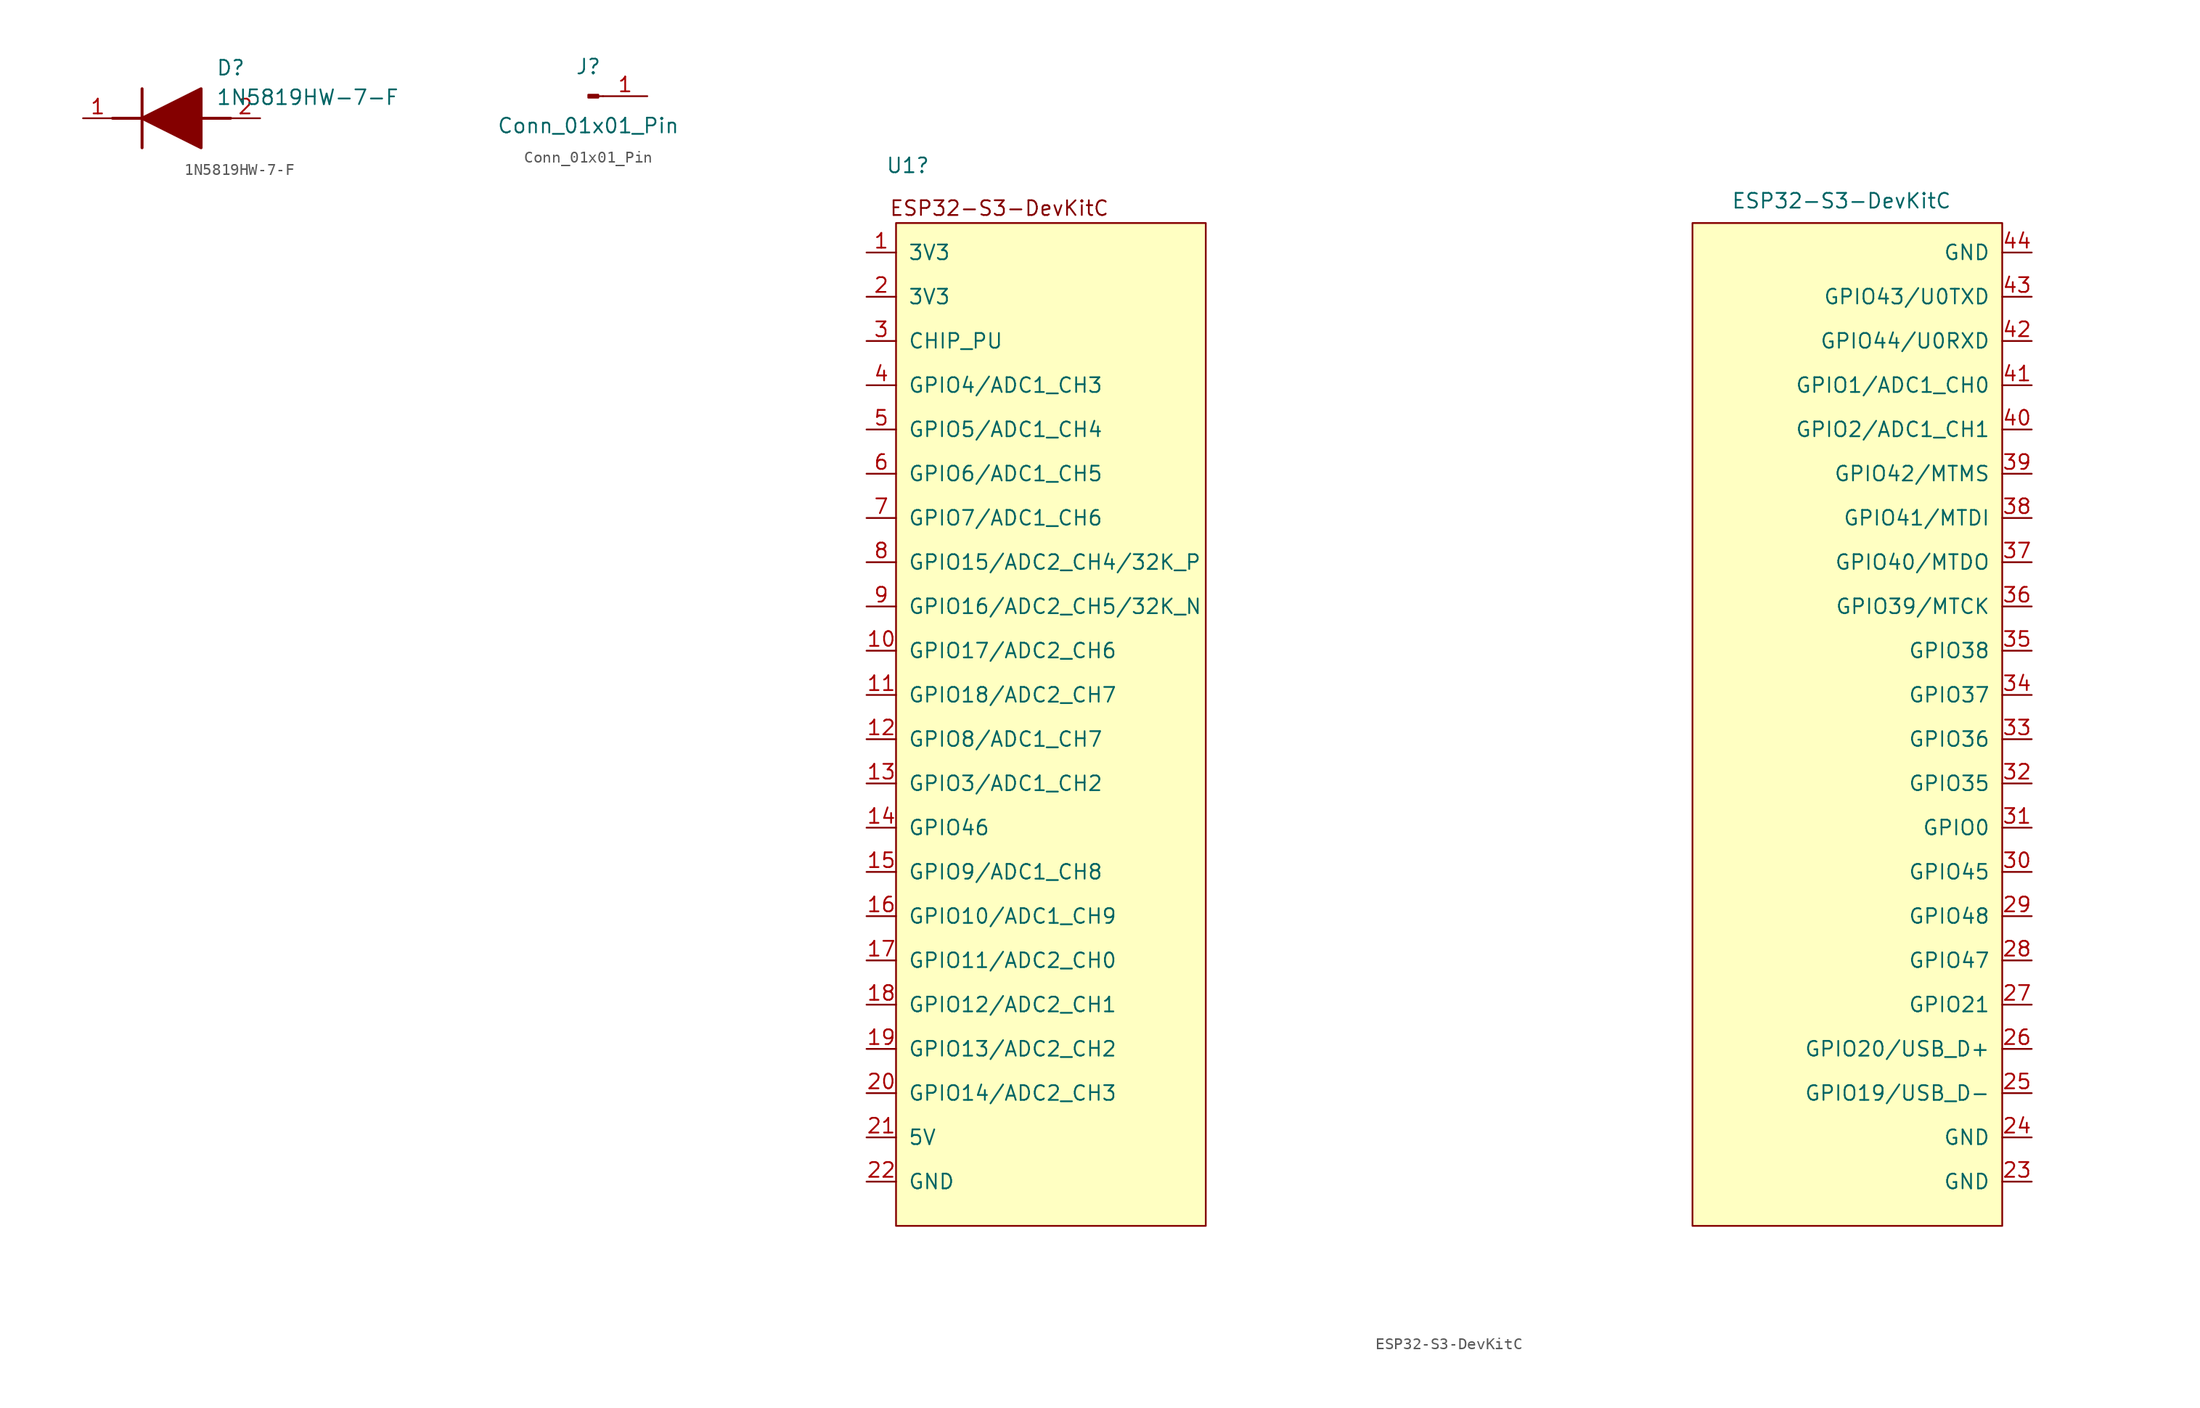
<source format=kicad_sym>
(kicad_symbol_lib
  (version 20231120)
  (generator "kicad_symbol_editor")
  (generator_version "8.0")
  (symbol "1N5819HW-7-F"
    (pin_names hide)
    (property "Reference" "D"
      (at 11.43 5.08 0)
      (effects (font (size 1.27 1.27)) (justify left top)))
    (property "Value" "1N5819HW-7-F"
      (at 11.43 2.54 0)
      (effects (font (size 1.27 1.27)) (justify left top)))
    (symbol "1N5819HW-7-F_1_1"
      (polyline (pts (xy 2.54 0) (xy 5.08 0)) (stroke (width 0.254) (type default)) (fill (type none)))
      (polyline (pts (xy 5.08 2.54) (xy 5.08 -2.54)) (stroke (width 0.254) (type default)) (fill (type none)))
      (polyline (pts (xy 10.16 0) (xy 12.7 0)) (stroke (width 0.254) (type default)) (fill (type none)))
      (polyline (pts (xy 5.08 0) (xy 10.16 2.54) (xy 10.16 -2.54) (xy 5.08 0)) (stroke (width 0.254) (type default)) (fill (type outline)))
      (pin passive line (at 0 0 0) (length 2.54) (name "K" (effects (font (size 1.27 1.27)))) (number "1" (effects (font (size 1.27 1.27)))))
      (pin passive line (at 15.24 0 180) (length 2.54) (name "A" (effects (font (size 1.27 1.27)))) (number "2" (effects (font (size 1.27 1.27)))))))
  (symbol "Conn_01x01_Pin"
    (pin_names
      (offset 1.016) hide)
    (property "Reference" "J"
      (at 0 2.54 0)
      (effects (font (size 1.27 1.27))))
    (property "Value" "Conn_01x01_Pin"
      (at 0 -2.54 0)
      (effects (font (size 1.27 1.27))))
    (symbol "Conn_01x01_Pin_1_1"
      (polyline (pts (xy 1.27 0) (xy 0.864 0)) (stroke (width 0.152) (type default)) (fill (type none)))
      (rectangle (start 0.864 0.127) (end 0 -0.127) (stroke (width 0.152) (type default)) (fill (type outline)))
      (pin passive line (at 5.08 0 180) (length 3.81) (name "Pin_1" (effects (font (size 1.27 1.27)))) (number "1" (effects (font (size 1.27 1.27)))))))
  (symbol "ESP32-S3-DevKitC"
    (pin_names
      (offset 1.016))
    (property "Reference" "U1"
      (at -21.844 48.133 0)
      (effects (font (size 1.27 1.27))))
    (property "Value" "ESP32-S3-DevKitC"
      (at 58.547 45.085 0)
      (effects (font (size 1.27 1.27))))
    (symbol "ESP32-S3-DevKitC_0_0"
      (text "ESP32-S3-DevKitC" (at -13.97 44.45 0) (effects (font (size 1.27 1.27))))
      (pin bidirectional line (at -25.4 -27.94 0) (length 2.54) (name "GPIO13/ADC2_CH2" (effects (font (size 1.27 1.27)))) (number "19" (effects (font (size 1.27 1.27)))))
      (pin bidirectional line (at 74.93 21.59 180) (length 2.54) (name "GPIO42/MTMS" (effects (font (size 1.27 1.27)))) (number "39" (effects (font (size 1.27 1.27)))))
      (pin bidirectional line (at 74.93 25.4 180) (length 2.54) (name "GPIO2/ADC1_CH1" (effects (font (size 1.27 1.27)))) (number "40" (effects (font (size 1.27 1.27)))))
      (pin bidirectional line (at 74.93 29.21 180) (length 2.54) (name "GPIO1/ADC1_CH0" (effects (font (size 1.27 1.27)))) (number "41" (effects (font (size 1.27 1.27)))))
      (pin bidirectional line (at 74.93 33.02 180) (length 2.54) (name "GPIO44/U0RXD" (effects (font (size 1.27 1.27)))) (number "42" (effects (font (size 1.27 1.27)))))
      (pin bidirectional line (at 74.93 36.83 180) (length 2.54) (name "GPIO43/U0TXD" (effects (font (size 1.27 1.27)))) (number "43" (effects (font (size 1.27 1.27)))))
      (pin power_in line (at 74.93 40.64 180) (length 2.54) (name "GND" (effects (font (size 1.27 1.27)))) (number "44" (effects (font (size 1.27 1.27))))))
    (symbol "ESP32-S3-DevKitC_0_1"
      (rectangle (start -22.86 43.18) (end 3.81 -43.18) (stroke (width 0) (type default)) (fill (type background)))
      (rectangle (start 45.72 43.18) (end 72.39 -43.18) (stroke (width 0) (type default)) (fill (type background)))
      (pin power_in line (at -25.4 36.83 0) (length 2.54) (name "3V3" (effects (font (size 1.27 1.27)))) (number "2" (effects (font (size 1.27 1.27))))))
    (symbol "ESP32-S3-DevKitC_1_0"
      (pin bidirectional line (at -25.4 -8.89 0) (length 2.54) (name "GPIO46" (effects (font (size 1.27 1.27)))) (number "14" (effects (font (size 1.27 1.27))))))
    (symbol "ESP32-S3-DevKitC_1_1"
      (pin passive line (at -25.4 40.64 0) (length 2.54) (name "3V3" (effects (font (size 1.27 1.27)))) (number "1" (effects (font (size 1.27 1.27)))))
      (pin bidirectional line (at -25.4 6.35 0) (length 2.54) (name "GPIO17/ADC2_CH6" (effects (font (size 1.27 1.27)))) (number "10" (effects (font (size 1.27 1.27)))))
      (pin bidirectional line (at -25.4 2.54 0) (length 2.54) (name "GPIO18/ADC2_CH7" (effects (font (size 1.27 1.27)))) (number "11" (effects (font (size 1.27 1.27)))))
      (pin bidirectional line (at -25.4 -1.27 0) (length 2.54) (name "GPIO8/ADC1_CH7" (effects (font (size 1.27 1.27)))) (number "12" (effects (font (size 1.27 1.27)))))
      (pin bidirectional line (at -25.4 -5.08 0) (length 2.54) (name "GPIO3/ADC1_CH2" (effects (font (size 1.27 1.27)))) (number "13" (effects (font (size 1.27 1.27)))))
      (pin bidirectional line (at -25.4 -12.7 0) (length 2.54) (name "GPIO9/ADC1_CH8" (effects (font (size 1.27 1.27)))) (number "15" (effects (font (size 1.27 1.27)))))
      (pin bidirectional line (at -25.4 -16.51 0) (length 2.54) (name "GPIO10/ADC1_CH9" (effects (font (size 1.27 1.27)))) (number "16" (effects (font (size 1.27 1.27)))))
      (pin bidirectional line (at -25.4 -20.32 0) (length 2.54) (name "GPIO11/ADC2_CH0" (effects (font (size 1.27 1.27)))) (number "17" (effects (font (size 1.27 1.27)))))
      (pin bidirectional line (at -25.4 -24.13 0) (length 2.54) (name "GPIO12/ADC2_CH1" (effects (font (size 1.27 1.27)))) (number "18" (effects (font (size 1.27 1.27)))))
      (pin bidirectional line (at -25.4 -31.75 0) (length 2.54) (name "GPIO14/ADC2_CH3" (effects (font (size 1.27 1.27)))) (number "20" (effects (font (size 1.27 1.27)))))
      (pin power_in line (at -25.4 -35.56 0) (length 2.54) (name "5V" (effects (font (size 1.27 1.27)))) (number "21" (effects (font (size 1.27 1.27)))))
      (pin passive line (at -25.4 -39.37 0) (length 2.54) (name "GND" (effects (font (size 1.27 1.27)))) (number "22" (effects (font (size 1.27 1.27)))))
      (pin passive line (at 74.93 -39.37 180) (length 2.54) (name "GND" (effects (font (size 1.27 1.27)))) (number "23" (effects (font (size 1.27 1.27)))))
      (pin passive line (at 74.93 -35.56 180) (length 2.54) (name "GND" (effects (font (size 1.27 1.27)))) (number "24" (effects (font (size 1.27 1.27)))))
      (pin bidirectional line (at 74.93 -31.75 180) (length 2.54) (name "GPIO19/USB_D-" (effects (font (size 1.27 1.27)))) (number "25" (effects (font (size 1.27 1.27)))))
      (pin bidirectional line (at 74.93 -27.94 180) (length 2.54) (name "GPIO20/USB_D+" (effects (font (size 1.27 1.27)))) (number "26" (effects (font (size 1.27 1.27)))))
      (pin bidirectional line (at 74.93 -24.13 180) (length 2.54) (name "GPIO21" (effects (font (size 1.27 1.27)))) (number "27" (effects (font (size 1.27 1.27)))))
      (pin bidirectional line (at 74.93 -20.32 180) (length 2.54) (name "GPIO47" (effects (font (size 1.27 1.27)))) (number "28" (effects (font (size 1.27 1.27)))))
      (pin bidirectional line (at 74.93 -16.51 180) (length 2.54) (name "GPIO48" (effects (font (size 1.27 1.27)))) (number "29" (effects (font (size 1.27 1.27)))))
      (pin input line (at -25.4 33.02 0) (length 2.54) (name "CHIP_PU" (effects (font (size 1.27 1.27)))) (number "3" (effects (font (size 1.27 1.27)))))
      (pin bidirectional line (at 74.93 -12.7 180) (length 2.54) (name "GPIO45" (effects (font (size 1.27 1.27)))) (number "30" (effects (font (size 1.27 1.27)))))
      (pin bidirectional line (at 74.93 -8.89 180) (length 2.54) (name "GPIO0" (effects (font (size 1.27 1.27)))) (number "31" (effects (font (size 1.27 1.27)))))
      (pin bidirectional line (at 74.93 -5.08 180) (length 2.54) (name "GPIO35" (effects (font (size 1.27 1.27)))) (number "32" (effects (font (size 1.27 1.27)))))
      (pin bidirectional line (at 74.93 -1.27 180) (length 2.54) (name "GPIO36" (effects (font (size 1.27 1.27)))) (number "33" (effects (font (size 1.27 1.27)))))
      (pin bidirectional line (at 74.93 2.54 180) (length 2.54) (name "GPIO37" (effects (font (size 1.27 1.27)))) (number "34" (effects (font (size 1.27 1.27)))))
      (pin bidirectional line (at 74.93 6.35 180) (length 2.54) (name "GPIO38" (effects (font (size 1.27 1.27)))) (number "35" (effects (font (size 1.27 1.27)))))
      (pin bidirectional line (at 74.93 10.16 180) (length 2.54) (name "GPIO39/MTCK" (effects (font (size 1.27 1.27)))) (number "36" (effects (font (size 1.27 1.27)))))
      (pin bidirectional line (at 74.93 13.97 180) (length 2.54) (name "GPIO40/MTDO" (effects (font (size 1.27 1.27)))) (number "37" (effects (font (size 1.27 1.27)))))
      (pin bidirectional line (at 74.93 17.78 180) (length 2.54) (name "GPIO41/MTDI" (effects (font (size 1.27 1.27)))) (number "38" (effects (font (size 1.27 1.27)))))
      (pin bidirectional line (at -25.4 29.21 0) (length 2.54) (name "GPIO4/ADC1_CH3" (effects (font (size 1.27 1.27)))) (number "4" (effects (font (size 1.27 1.27)))))
      (pin bidirectional line (at -25.4 25.4 0) (length 2.54) (name "GPIO5/ADC1_CH4" (effects (font (size 1.27 1.27)))) (number "5" (effects (font (size 1.27 1.27)))))
      (pin bidirectional line (at -25.4 21.59 0) (length 2.54) (name "GPIO6/ADC1_CH5" (effects (font (size 1.27 1.27)))) (number "6" (effects (font (size 1.27 1.27)))))
      (pin bidirectional line (at -25.4 17.78 0) (length 2.54) (name "GPIO7/ADC1_CH6" (effects (font (size 1.27 1.27)))) (number "7" (effects (font (size 1.27 1.27)))))
      (pin bidirectional line (at -25.4 13.97 0) (length 2.54) (name "GPIO15/ADC2_CH4/32K_P" (effects (font (size 1.27 1.27)))) (number "8" (effects (font (size 1.27 1.27)))))
      (pin bidirectional line (at -25.4 10.16 0) (length 2.54) (name "GPIO16/ADC2_CH5/32K_N" (effects (font (size 1.27 1.27)))) (number "9" (effects (font (size 1.27 1.27))))))))
</source>
